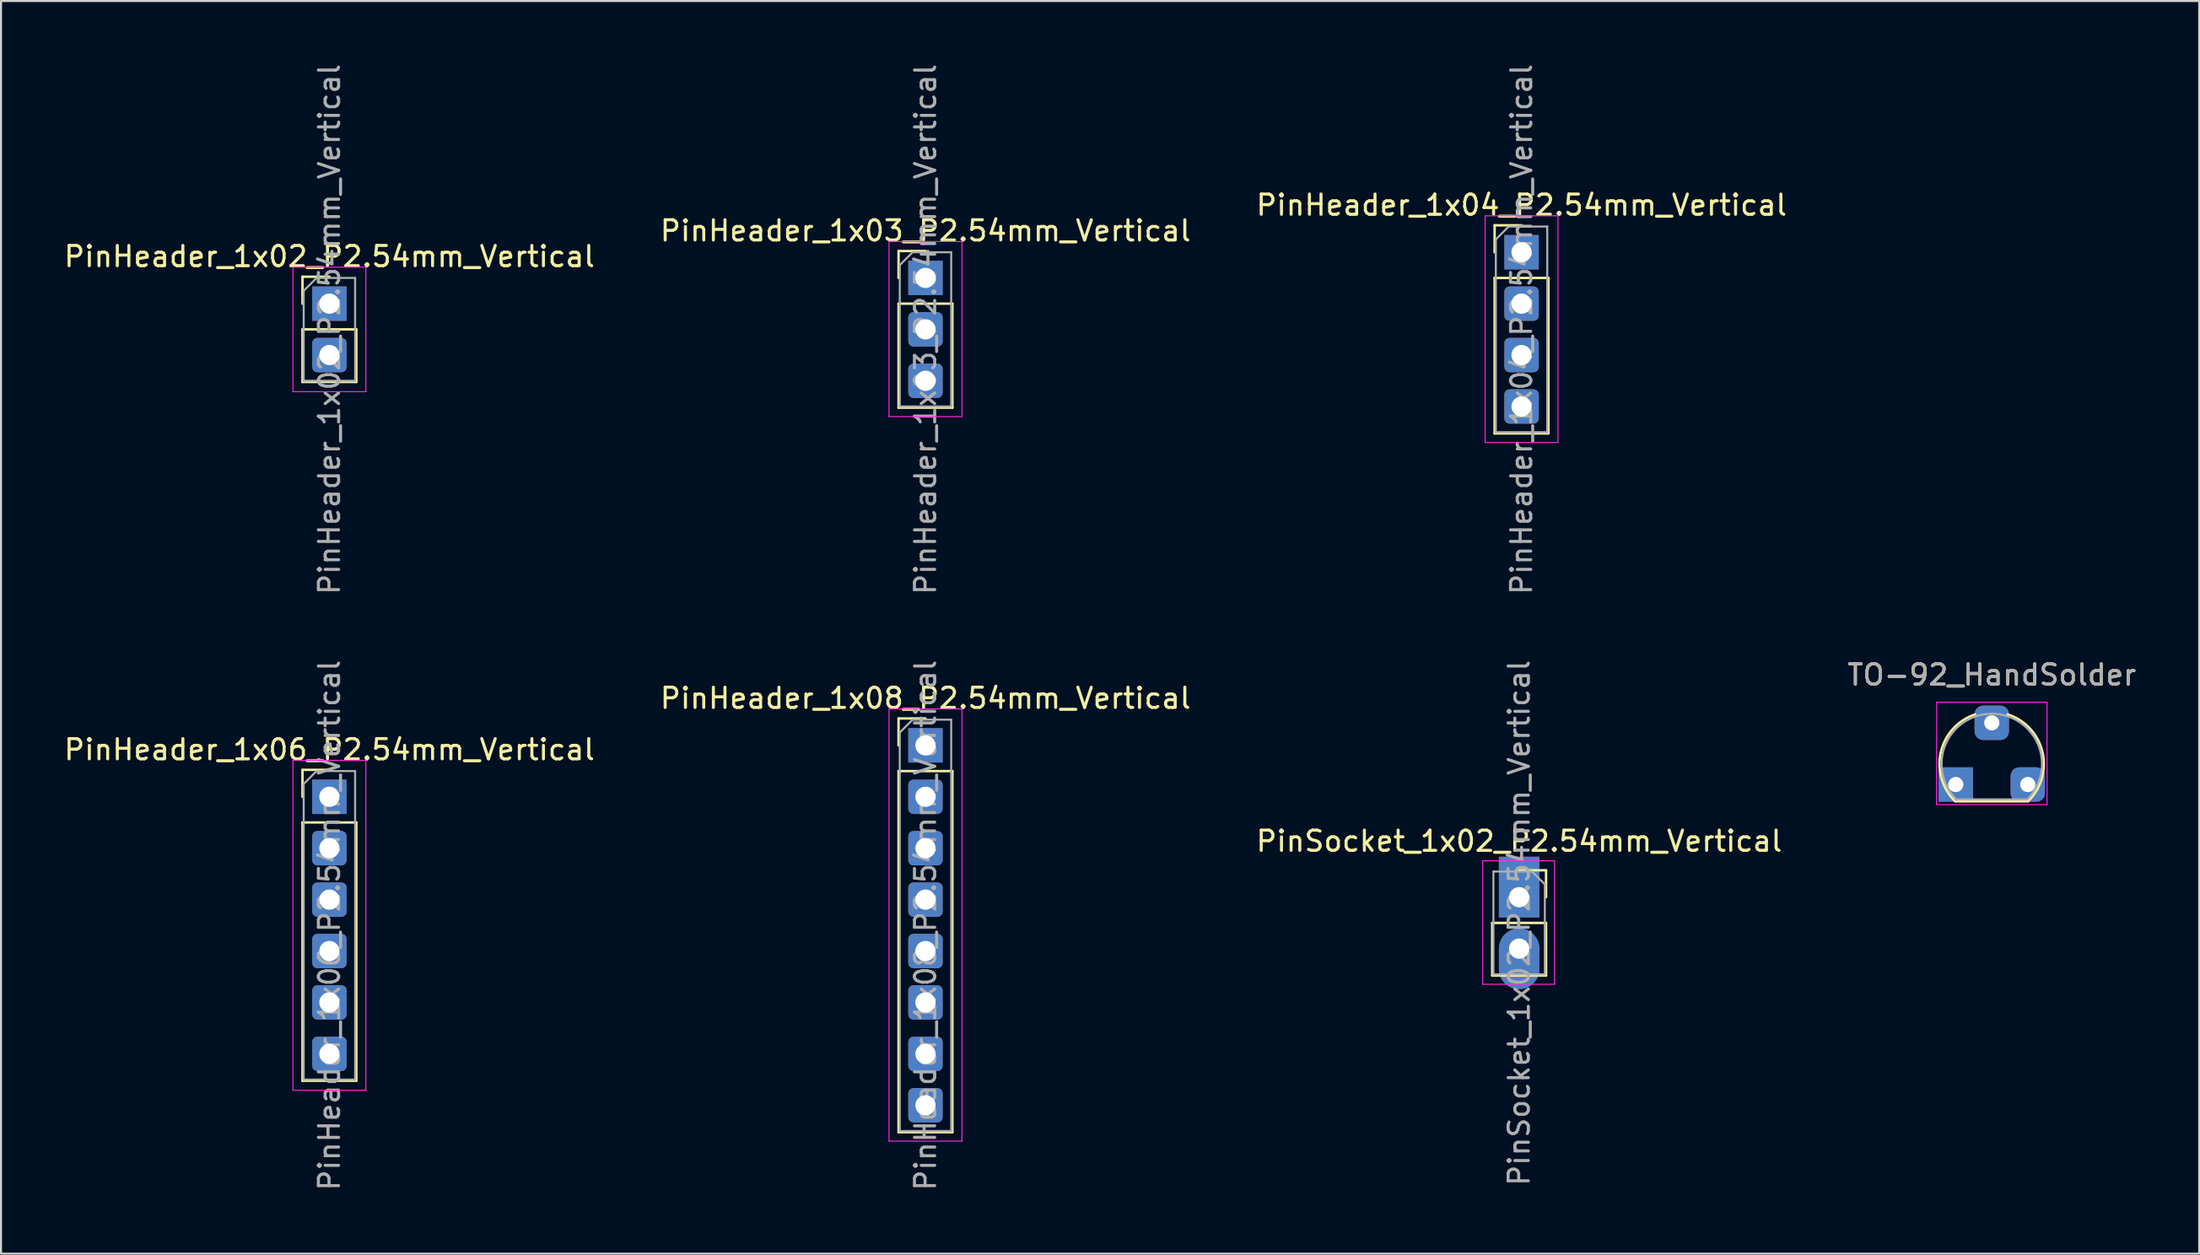
<source format=kicad_pcb>
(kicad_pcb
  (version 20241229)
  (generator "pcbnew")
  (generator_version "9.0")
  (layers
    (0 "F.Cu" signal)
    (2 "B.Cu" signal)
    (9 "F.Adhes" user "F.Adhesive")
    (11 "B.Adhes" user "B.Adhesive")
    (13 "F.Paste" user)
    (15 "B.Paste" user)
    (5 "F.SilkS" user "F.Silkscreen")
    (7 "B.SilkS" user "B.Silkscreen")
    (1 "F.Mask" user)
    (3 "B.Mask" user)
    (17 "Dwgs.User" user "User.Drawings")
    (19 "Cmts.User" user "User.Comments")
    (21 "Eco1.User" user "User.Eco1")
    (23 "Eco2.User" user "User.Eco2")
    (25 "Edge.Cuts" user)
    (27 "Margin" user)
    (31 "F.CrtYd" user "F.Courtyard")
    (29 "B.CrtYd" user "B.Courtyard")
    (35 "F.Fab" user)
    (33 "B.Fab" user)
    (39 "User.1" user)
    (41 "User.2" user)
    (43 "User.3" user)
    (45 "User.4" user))
  (footprint "PinHeader_1x04_P2.54mm_Vertical"
    (layer "F.Cu")
    (at 72.101 9.41)
    (property "Reference" "PinHeader_1x04_P2.54mm_Vertical" (at 0 -2.33 180) (layer "F.SilkS") (effects (font (size 1 1) (thickness 0.15))))
    (attr through_hole)
    (fp_line (start -1.33 -1.33) (end 0 -1.33) (stroke (width 0.12) (type solid)) (layer "F.SilkS"))
    (fp_line (start -1.33 0) (end -1.33 -1.33) (stroke (width 0.12) (type solid)) (layer "F.SilkS"))
    (fp_line (start -1.33 1.27) (end -1.33 8.95) (stroke (width 0.12) (type solid)) (layer "F.SilkS"))
    (fp_line (start -1.33 1.27) (end 1.33 1.27) (stroke (width 0.12) (type solid)) (layer "F.SilkS"))
    (fp_line (start -1.33 8.95) (end 1.33 8.95) (stroke (width 0.12) (type solid)) (layer "F.SilkS"))
    (fp_line (start 1.33 1.27) (end 1.33 8.95) (stroke (width 0.12) (type solid)) (layer "F.SilkS"))
    (fp_line (start -1.8 -1.8) (end -1.8 9.4) (stroke (width 0.05) (type solid)) (layer "F.CrtYd"))
    (fp_line (start -1.8 9.4) (end 1.8 9.4) (stroke (width 0.05) (type solid)) (layer "F.CrtYd"))
    (fp_line (start 1.8 -1.8) (end -1.8 -1.8) (stroke (width 0.05) (type solid)) (layer "F.CrtYd"))
    (fp_line (start 1.8 9.4) (end 1.8 -1.8) (stroke (width 0.05) (type solid)) (layer "F.CrtYd"))
    (fp_line (start -1.27 -0.635) (end -0.635 -1.27) (stroke (width 0.1) (type solid)) (layer "F.Fab"))
    (fp_line (start -1.27 8.89) (end -1.27 -0.635) (stroke (width 0.1) (type solid)) (layer "F.Fab"))
    (fp_line (start -0.635 -1.27) (end 1.27 -1.27) (stroke (width 0.1) (type solid)) (layer "F.Fab"))
    (fp_line (start 1.27 -1.27) (end 1.27 8.89) (stroke (width 0.1) (type solid)) (layer "F.Fab"))
    (fp_line (start 1.27 8.89) (end -1.27 8.89) (stroke (width 0.1) (type solid)) (layer "F.Fab"))
    (fp_text user "${REFERENCE}" (at 0 3.81 90) (layer "F.Fab") (effects (font (size 1 1) (thickness 0.15))))
    (pad "1" thru_hole rect (at 0 0) (size 1.7 1.7) (drill 1) (layers "*.Cu" "*.Mask"))
    (pad "2" thru_hole roundrect (at 0 2.54) (size 1.7 1.7) (drill 1) (layers "*.Cu" "*.Mask") (roundrect_rratio 0.15))
    (pad "3" thru_hole roundrect (at 0 5.08) (size 1.7 1.7) (drill 1) (layers "*.Cu" "*.Mask") (roundrect_rratio 0.15))
    (pad "4" thru_hole roundrect (at 0 7.62) (size 1.7 1.7) (drill 1) (layers "*.Cu" "*.Mask") (roundrect_rratio 0.15)))
  (footprint "TO-92_HandSolder"
    (layer "F.Cu")
    (at 94.057 34.689)
    (property "Reference" "TO-92_HandSolder" (at 1.27 -4.4 0) (layer "F.SilkS") (effects (font (size 1 1) (thickness 0.15))))
    (attr through_hole)
    (fp_line (start -0.53 1.85) (end 3.07 1.85) (stroke (width 0.12) (type solid)) (layer "F.SilkS"))
    (fp_arc (start -0.541875 1.841741) (mid -1.247231 -0.581764) (end 0.45 -2.45) (stroke (width 0.12) (type solid)) (layer "F.SilkS"))
    (fp_arc (start 2.05 -2.45) (mid 3.769931 -0.601036) (end 3.078445 1.827684) (stroke (width 0.12) (type solid)) (layer "F.SilkS"))
    (fp_line (start -1.46 -3.05) (end 4 -3.05) (stroke (width 0.05) (type solid)) (layer "F.CrtYd"))
    (fp_line (start -1.45 -3.05) (end -1.46 2.01) (stroke (width 0.05) (type solid)) (layer "F.CrtYd"))
    (fp_line (start 4 2.01) (end -1.46 2.01) (stroke (width 0.05) (type solid)) (layer "F.CrtYd"))
    (fp_line (start 4 2.01) (end 4 -3.05) (stroke (width 0.05) (type solid)) (layer "F.CrtYd"))
    (fp_line (start -0.5 1.75) (end 3 1.75) (stroke (width 0.1) (type solid)) (layer "F.Fab"))
    (fp_arc (start -0.483625 1.753625) (mid -1.021221 -0.949055) (end 1.27 -2.48) (stroke (width 0.1) (type solid)) (layer "F.Fab"))
    (fp_arc (start 1.27 -2.48) (mid 3.561221 -0.949055) (end 3.023625 1.753625) (stroke (width 0.1) (type solid)) (layer "F.Fab"))
    (fp_text user "${REFERENCE}" (at 1.27 -4.4 0) (layer "F.Fab") (effects (font (size 1 1) (thickness 0.15))))
    (pad "1" thru_hole rect (at -0.508 1.016) (size 1.7 1.7) (drill 0.75) (layers "*.Cu" "*.Mask"))
    (pad "2" thru_hole roundrect (at 1.27 -2.032) (size 1.7 1.7) (drill 0.75) (layers "*.Cu" "*.Mask") (roundrect_rratio 0.25))
    (pad "3" thru_hole roundrect (at 3.048 1.016) (size 1.7 1.7) (drill 0.75) (layers "*.Cu" "*.Mask") (roundrect_rratio 0.25)))
  (footprint "PinHeader_1x02_P2.54mm_Vertical"
    (layer "F.Cu")
    (at 13.22 11.95)
    (property "Reference" "PinHeader_1x02_P2.54mm_Vertical" (at 0 -2.33 0) (layer "F.SilkS") (effects (font (size 1 1) (thickness 0.15))))
    (attr through_hole)
    (fp_line (start -1.33 -1.33) (end 0 -1.33) (stroke (width 0.12) (type solid)) (layer "F.SilkS"))
    (fp_line (start -1.33 0) (end -1.33 -1.33) (stroke (width 0.12) (type solid)) (layer "F.SilkS"))
    (fp_line (start -1.33 1.27) (end -1.33 3.87) (stroke (width 0.12) (type solid)) (layer "F.SilkS"))
    (fp_line (start -1.33 1.27) (end 1.33 1.27) (stroke (width 0.12) (type solid)) (layer "F.SilkS"))
    (fp_line (start -1.33 3.87) (end 1.33 3.87) (stroke (width 0.12) (type solid)) (layer "F.SilkS"))
    (fp_line (start 1.33 1.27) (end 1.33 3.87) (stroke (width 0.12) (type solid)) (layer "F.SilkS"))
    (fp_line (start -1.8 -1.8) (end -1.8 4.35) (stroke (width 0.05) (type solid)) (layer "F.CrtYd"))
    (fp_line (start -1.8 4.35) (end 1.8 4.35) (stroke (width 0.05) (type solid)) (layer "F.CrtYd"))
    (fp_line (start 1.8 -1.8) (end -1.8 -1.8) (stroke (width 0.05) (type solid)) (layer "F.CrtYd"))
    (fp_line (start 1.8 4.35) (end 1.8 -1.8) (stroke (width 0.05) (type solid)) (layer "F.CrtYd"))
    (fp_line (start -1.27 -0.635) (end -0.635 -1.27) (stroke (width 0.1) (type solid)) (layer "F.Fab"))
    (fp_line (start -1.27 3.81) (end -1.27 -0.635) (stroke (width 0.1) (type solid)) (layer "F.Fab"))
    (fp_line (start -0.635 -1.27) (end 1.27 -1.27) (stroke (width 0.1) (type solid)) (layer "F.Fab"))
    (fp_line (start 1.27 -1.27) (end 1.27 3.81) (stroke (width 0.1) (type solid)) (layer "F.Fab"))
    (fp_line (start 1.27 3.81) (end -1.27 3.81) (stroke (width 0.1) (type solid)) (layer "F.Fab"))
    (fp_text user "${REFERENCE}" (at 0 1.27 270) (layer "F.Fab") (effects (font (size 1 1) (thickness 0.15))))
    (pad "1" thru_hole rect (at 0 0) (size 1.7 1.7) (drill 1) (layers "*.Cu" "*.Mask"))
    (pad "2" thru_hole roundrect (at 0 2.54) (size 1.7 1.7) (drill 1) (layers "*.Cu" "*.Mask") (roundrect_rratio 0.15)))
  (footprint "PinHeader_1x08_P2.54mm_Vertical"
    (layer "F.Cu")
    (at 42.661 33.771)
    (property "Reference" "PinHeader_1x08_P2.54mm_Vertical" (at 0 -2.33 0) (layer "F.SilkS") (effects (font (size 1 1) (thickness 0.15))))
    (attr through_hole)
    (fp_line (start -1.33 -1.33) (end 0 -1.33) (stroke (width 0.12) (type solid)) (layer "F.SilkS"))
    (fp_line (start -1.33 0) (end -1.33 -1.33) (stroke (width 0.12) (type solid)) (layer "F.SilkS"))
    (fp_line (start -1.33 1.27) (end -1.33 19.11) (stroke (width 0.12) (type solid)) (layer "F.SilkS"))
    (fp_line (start -1.33 1.27) (end 1.33 1.27) (stroke (width 0.12) (type solid)) (layer "F.SilkS"))
    (fp_line (start -1.33 19.11) (end 1.33 19.11) (stroke (width 0.12) (type solid)) (layer "F.SilkS"))
    (fp_line (start 1.33 1.27) (end 1.33 19.11) (stroke (width 0.12) (type solid)) (layer "F.SilkS"))
    (fp_line (start -1.8 -1.8) (end -1.8 19.55) (stroke (width 0.05) (type solid)) (layer "F.CrtYd"))
    (fp_line (start -1.8 19.55) (end 1.8 19.55) (stroke (width 0.05) (type solid)) (layer "F.CrtYd"))
    (fp_line (start 1.8 -1.8) (end -1.8 -1.8) (stroke (width 0.05) (type solid)) (layer "F.CrtYd"))
    (fp_line (start 1.8 19.55) (end 1.8 -1.8) (stroke (width 0.05) (type solid)) (layer "F.CrtYd"))
    (fp_line (start -1.27 -0.635) (end -0.635 -1.27) (stroke (width 0.1) (type solid)) (layer "F.Fab"))
    (fp_line (start -1.27 19.05) (end -1.27 -0.635) (stroke (width 0.1) (type solid)) (layer "F.Fab"))
    (fp_line (start -0.635 -1.27) (end 1.27 -1.27) (stroke (width 0.1) (type solid)) (layer "F.Fab"))
    (fp_line (start 1.27 -1.27) (end 1.27 19.05) (stroke (width 0.1) (type solid)) (layer "F.Fab"))
    (fp_line (start 1.27 19.05) (end -1.27 19.05) (stroke (width 0.1) (type solid)) (layer "F.Fab"))
    (fp_text user "${REFERENCE}" (at 0 8.89 270) (layer "F.Fab") (effects (font (size 1 1) (thickness 0.15))))
    (pad "1" thru_hole rect (at 0 0) (size 1.7 1.7) (drill 1) (layers "*.Cu" "*.Mask"))
    (pad "2" thru_hole roundrect (at 0 2.54) (size 1.7 1.7) (drill 1) (layers "*.Cu" "*.Mask") (roundrect_rratio 0.15))
    (pad "3" thru_hole roundrect (at 0 5.08) (size 1.7 1.7) (drill 1) (layers "*.Cu" "*.Mask") (roundrect_rratio 0.15))
    (pad "4" thru_hole roundrect (at 0 7.62) (size 1.7 1.7) (drill 1) (layers "*.Cu" "*.Mask") (roundrect_rratio 0.15))
    (pad "5" thru_hole roundrect (at 0 10.16) (size 1.7 1.7) (drill 1) (layers "*.Cu" "*.Mask") (roundrect_rratio 0.15))
    (pad "6" thru_hole roundrect (at 0 12.7) (size 1.7 1.7) (drill 1) (layers "*.Cu" "*.Mask") (roundrect_rratio 0.15))
    (pad "7" thru_hole roundrect (at 0 15.24) (size 1.7 1.7) (drill 1) (layers "*.Cu" "*.Mask") (roundrect_rratio 0.15))
    (pad "8" thru_hole roundrect (at 0 17.78) (size 1.7 1.7) (drill 1) (layers "*.Cu" "*.Mask") (roundrect_rratio 0.15)))
  (footprint "PinHeader_1x03_P2.54mm_Vertical"
    (layer "F.Cu")
    (at 42.661 10.68)
    (property "Reference" "PinHeader_1x03_P2.54mm_Vertical" (at 0 -2.33 0) (layer "F.SilkS") (effects (font (size 1 1) (thickness 0.15))))
    (attr through_hole)
    (fp_line (start -1.33 -1.33) (end 0 -1.33) (stroke (width 0.12) (type solid)) (layer "F.SilkS"))
    (fp_line (start -1.33 0) (end -1.33 -1.33) (stroke (width 0.12) (type solid)) (layer "F.SilkS"))
    (fp_line (start -1.33 1.27) (end -1.33 6.41) (stroke (width 0.12) (type solid)) (layer "F.SilkS"))
    (fp_line (start -1.33 1.27) (end 1.33 1.27) (stroke (width 0.12) (type solid)) (layer "F.SilkS"))
    (fp_line (start -1.33 6.41) (end 1.33 6.41) (stroke (width 0.12) (type solid)) (layer "F.SilkS"))
    (fp_line (start 1.33 1.27) (end 1.33 6.41) (stroke (width 0.12) (type solid)) (layer "F.SilkS"))
    (fp_line (start -1.8 -1.8) (end -1.8 6.85) (stroke (width 0.05) (type solid)) (layer "F.CrtYd"))
    (fp_line (start -1.8 6.85) (end 1.8 6.85) (stroke (width 0.05) (type solid)) (layer "F.CrtYd"))
    (fp_line (start 1.8 -1.8) (end -1.8 -1.8) (stroke (width 0.05) (type solid)) (layer "F.CrtYd"))
    (fp_line (start 1.8 6.85) (end 1.8 -1.8) (stroke (width 0.05) (type solid)) (layer "F.CrtYd"))
    (fp_line (start -1.27 -0.635) (end -0.635 -1.27) (stroke (width 0.1) (type solid)) (layer "F.Fab"))
    (fp_line (start -1.27 6.35) (end -1.27 -0.635) (stroke (width 0.1) (type solid)) (layer "F.Fab"))
    (fp_line (start -0.635 -1.27) (end 1.27 -1.27) (stroke (width 0.1) (type solid)) (layer "F.Fab"))
    (fp_line (start 1.27 -1.27) (end 1.27 6.35) (stroke (width 0.1) (type solid)) (layer "F.Fab"))
    (fp_line (start 1.27 6.35) (end -1.27 6.35) (stroke (width 0.1) (type solid)) (layer "F.Fab"))
    (fp_text user "${REFERENCE}" (at 0 2.54 270) (layer "F.Fab") (effects (font (size 1 1) (thickness 0.15))))
    (pad "1" thru_hole rect (at 0 0) (size 1.7 1.7) (drill 1) (layers "*.Cu" "*.Mask"))
    (pad "2" thru_hole roundrect (at 0 2.54) (size 1.7 1.7) (drill 1) (layers "*.Cu" "*.Mask") (roundrect_rratio 0.15))
    (pad "3" thru_hole roundrect (at 0 5.08) (size 1.7 1.7) (drill 1) (layers "*.Cu" "*.Mask") (roundrect_rratio 0.15)))
  (footprint "PinSocket_1x02_P2.54mm_Vertical"
    (layer "F.Cu")
    (at 71.982 41.272)
    (property "Reference" "PinSocket_1x02_P2.54mm_Vertical" (at 0 -2.77 0) (layer "F.SilkS") (effects (font (size 1 1) (thickness 0.15))))
    (attr through_hole)
    (fp_line (start -1.33 1.27) (end -1.33 3.87) (stroke (width 0.12) (type solid)) (layer "F.SilkS"))
    (fp_line (start -1.33 1.27) (end 1.33 1.27) (stroke (width 0.12) (type solid)) (layer "F.SilkS"))
    (fp_line (start -1.33 3.87) (end 1.33 3.87) (stroke (width 0.12) (type solid)) (layer "F.SilkS"))
    (fp_line (start 0 -1.33) (end 1.33 -1.33) (stroke (width 0.12) (type solid)) (layer "F.SilkS"))
    (fp_line (start 1.33 -1.33) (end 1.33 0) (stroke (width 0.12) (type solid)) (layer "F.SilkS"))
    (fp_line (start 1.33 1.27) (end 1.33 3.87) (stroke (width 0.12) (type solid)) (layer "F.SilkS"))
    (fp_line (start -1.8 -1.8) (end 1.75 -1.8) (stroke (width 0.05) (type solid)) (layer "F.CrtYd"))
    (fp_line (start -1.8 4.3) (end -1.8 -1.8) (stroke (width 0.05) (type solid)) (layer "F.CrtYd"))
    (fp_line (start 1.75 -1.8) (end 1.75 4.3) (stroke (width 0.05) (type solid)) (layer "F.CrtYd"))
    (fp_line (start 1.75 4.3) (end -1.8 4.3) (stroke (width 0.05) (type solid)) (layer "F.CrtYd"))
    (fp_line (start -1.27 -1.27) (end 0.635 -1.27) (stroke (width 0.1) (type solid)) (layer "F.Fab"))
    (fp_line (start -1.27 3.81) (end -1.27 -1.27) (stroke (width 0.1) (type solid)) (layer "F.Fab"))
    (fp_line (start 0.635 -1.27) (end 1.27 -0.635) (stroke (width 0.1) (type solid)) (layer "F.Fab"))
    (fp_line (start 1.27 -0.635) (end 1.27 3.81) (stroke (width 0.1) (type solid)) (layer "F.Fab"))
    (fp_line (start 1.27 3.81) (end -1.27 3.81) (stroke (width 0.1) (type solid)) (layer "F.Fab"))
    (fp_text user "${REFERENCE}" (at 0 1.27 270) (layer "F.Fab") (effects (font (size 1 1) (thickness 0.15))))
    (pad "1" thru_hole rect (at 0 0) (size 2 3) (drill 1 (offset 0 -0.5)) (layers "*.Cu" "*.Mask"))
    (pad "2" thru_hole oval (at 0 2.54) (size 2 3) (drill 1 (offset 0 0.5)) (layers "*.Cu" "*.Mask")))
  (footprint "PinHeader_1x06_P2.54mm_Vertical"
    (layer "F.Cu")
    (at 13.22 36.311)
    (property "Reference" "PinHeader_1x06_P2.54mm_Vertical" (at 0 -2.33 0) (layer "F.SilkS") (effects (font (size 1 1) (thickness 0.15))))
    (attr through_hole)
    (fp_line (start -1.33 -1.33) (end 0 -1.33) (stroke (width 0.12) (type solid)) (layer "F.SilkS"))
    (fp_line (start -1.33 0) (end -1.33 -1.33) (stroke (width 0.12) (type solid)) (layer "F.SilkS"))
    (fp_line (start -1.33 1.27) (end -1.33 14.03) (stroke (width 0.12) (type solid)) (layer "F.SilkS"))
    (fp_line (start -1.33 1.27) (end 1.33 1.27) (stroke (width 0.12) (type solid)) (layer "F.SilkS"))
    (fp_line (start -1.33 14.03) (end 1.33 14.03) (stroke (width 0.12) (type solid)) (layer "F.SilkS"))
    (fp_line (start 1.33 1.27) (end 1.33 14.03) (stroke (width 0.12) (type solid)) (layer "F.SilkS"))
    (fp_line (start -1.8 -1.8) (end -1.8 14.5) (stroke (width 0.05) (type solid)) (layer "F.CrtYd"))
    (fp_line (start -1.8 14.5) (end 1.8 14.5) (stroke (width 0.05) (type solid)) (layer "F.CrtYd"))
    (fp_line (start 1.8 -1.8) (end -1.8 -1.8) (stroke (width 0.05) (type solid)) (layer "F.CrtYd"))
    (fp_line (start 1.8 14.5) (end 1.8 -1.8) (stroke (width 0.05) (type solid)) (layer "F.CrtYd"))
    (fp_line (start -1.27 -0.635) (end -0.635 -1.27) (stroke (width 0.1) (type solid)) (layer "F.Fab"))
    (fp_line (start -1.27 13.97) (end -1.27 -0.635) (stroke (width 0.1) (type solid)) (layer "F.Fab"))
    (fp_line (start -0.635 -1.27) (end 1.27 -1.27) (stroke (width 0.1) (type solid)) (layer "F.Fab"))
    (fp_line (start 1.27 -1.27) (end 1.27 13.97) (stroke (width 0.1) (type solid)) (layer "F.Fab"))
    (fp_line (start 1.27 13.97) (end -1.27 13.97) (stroke (width 0.1) (type solid)) (layer "F.Fab"))
    (fp_text user "${REFERENCE}" (at 0 6.35 270) (layer "F.Fab") (effects (font (size 1 1) (thickness 0.15))))
    (pad "1" thru_hole rect (at 0 0) (size 1.7 1.7) (drill 1) (layers "*.Cu" "*.Mask"))
    (pad "2" thru_hole roundrect (at 0 2.54) (size 1.7 1.7) (drill 1) (layers "*.Cu" "*.Mask") (roundrect_rratio 0.15))
    (pad "3" thru_hole roundrect (at 0 5.08) (size 1.7 1.7) (drill 1) (layers "*.Cu" "*.Mask") (roundrect_rratio 0.15))
    (pad "4" thru_hole roundrect (at 0 7.62) (size 1.7 1.7) (drill 1) (layers "*.Cu" "*.Mask") (roundrect_rratio 0.15))
    (pad "5" thru_hole roundrect (at 0 10.16) (size 1.7 1.7) (drill 1) (layers "*.Cu" "*.Mask") (roundrect_rratio 0.15))
    (pad "6" thru_hole roundrect (at 0 12.7) (size 1.7 1.7) (drill 1) (layers "*.Cu" "*.Mask") (roundrect_rratio 0.15)))
  (gr_rect
    (start -3 -3)
    (end 105.571 58.881)
    (stroke (width 0.1) (type default))
    (fill no)
    (layer "Edge.Cuts")))
</source>
